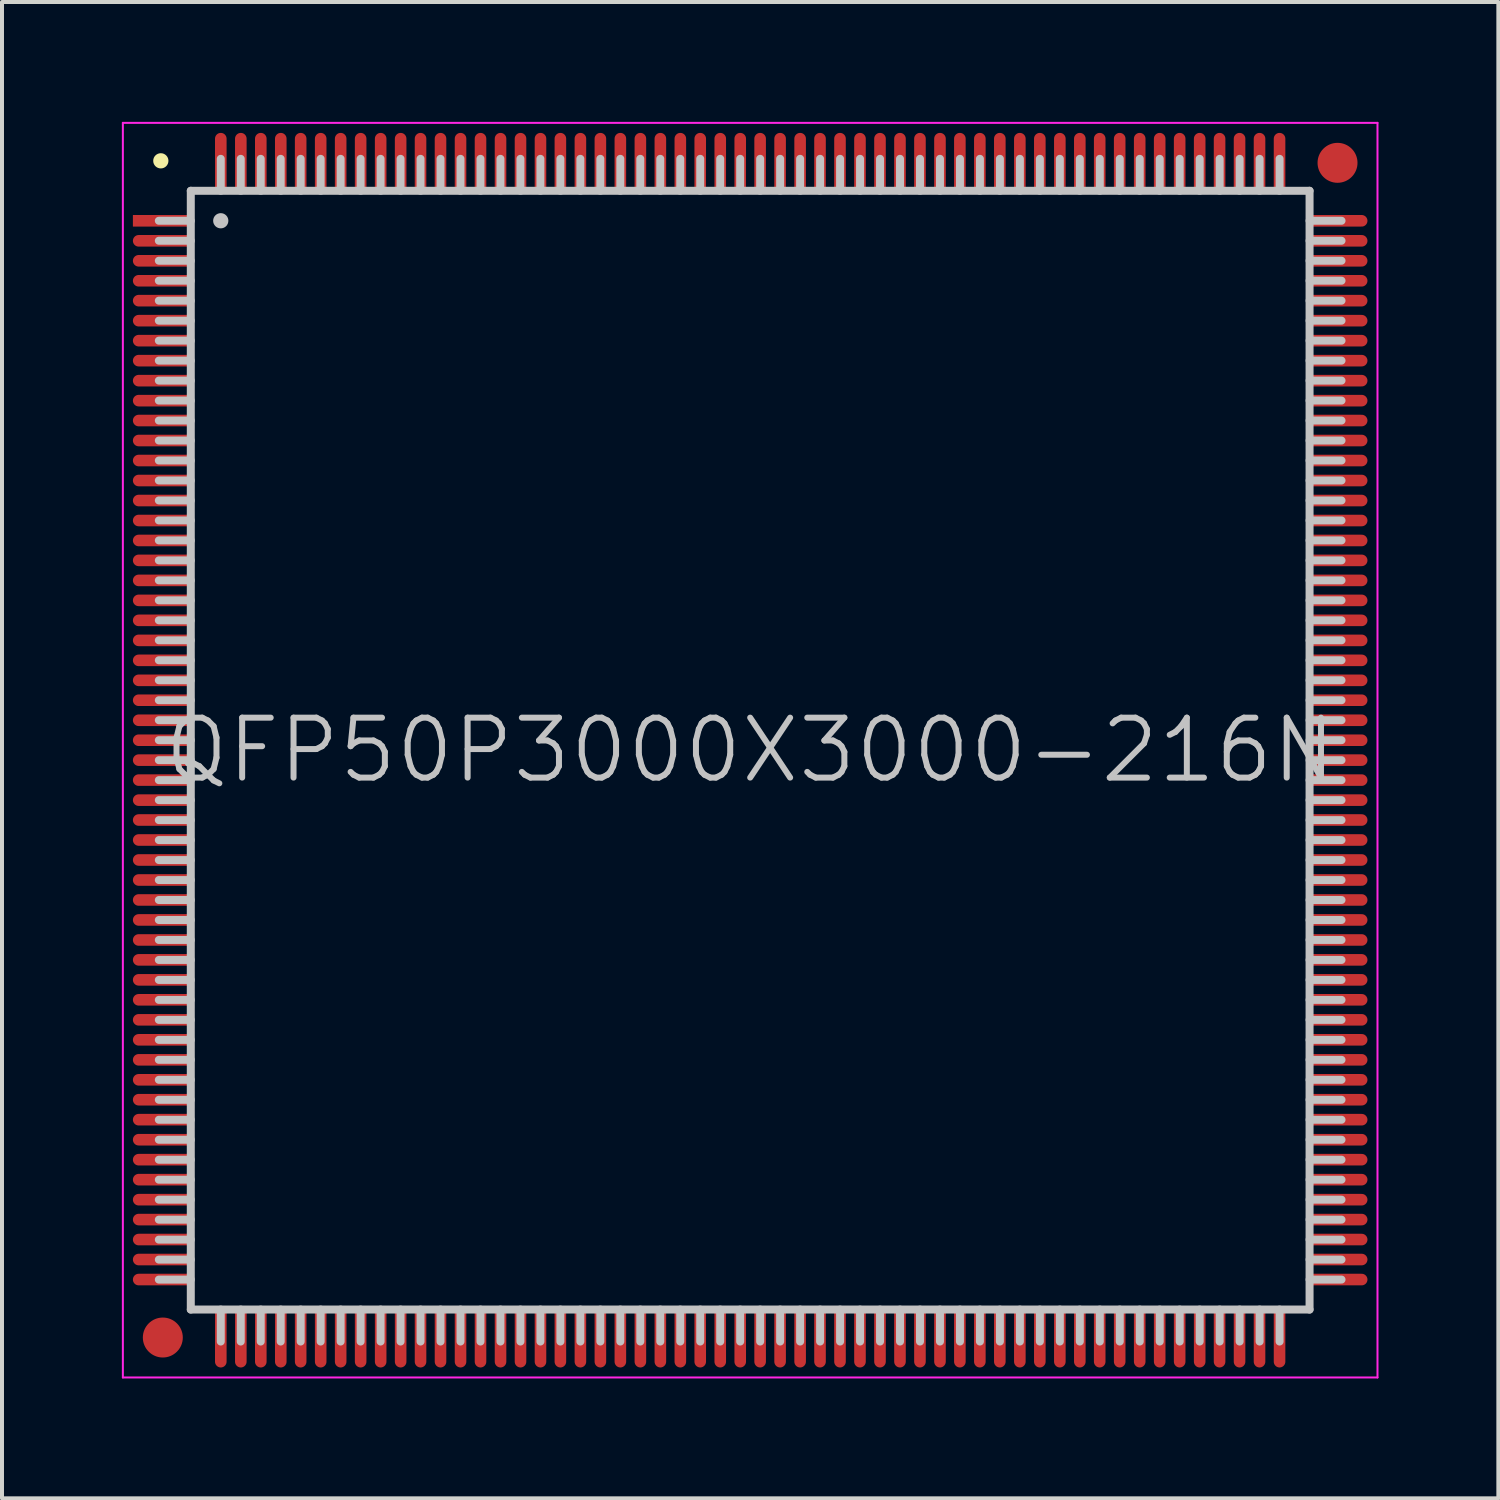
<source format=kicad_pcb>
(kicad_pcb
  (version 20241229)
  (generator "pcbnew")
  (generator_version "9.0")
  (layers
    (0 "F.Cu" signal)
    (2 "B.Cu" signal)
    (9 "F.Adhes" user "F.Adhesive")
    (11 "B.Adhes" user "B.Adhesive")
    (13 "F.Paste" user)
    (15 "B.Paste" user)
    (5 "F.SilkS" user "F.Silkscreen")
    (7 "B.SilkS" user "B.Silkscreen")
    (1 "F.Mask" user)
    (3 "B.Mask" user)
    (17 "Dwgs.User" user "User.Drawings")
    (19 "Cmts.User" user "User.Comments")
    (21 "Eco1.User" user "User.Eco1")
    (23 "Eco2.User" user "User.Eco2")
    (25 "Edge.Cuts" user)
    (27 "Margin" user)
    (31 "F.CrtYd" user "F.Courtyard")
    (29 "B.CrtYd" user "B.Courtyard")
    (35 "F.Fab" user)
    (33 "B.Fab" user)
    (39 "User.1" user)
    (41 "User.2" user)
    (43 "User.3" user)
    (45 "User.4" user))
  (footprint "QFP50P3000X3000-216N"
    (layer "F.Cu")
    (at 15.725 15.725)
    (property "Reference" "QFP50P3000X3000-216N" (at 0 0 0) (layer "Dwgs.User") (effects (font (size 1.5 1.5) (thickness 0.15))))
    (attr smd)
    (fp_line (start -14.75 -14.75) (end -14.75 -14.75) (stroke (width 0.381) (type solid)) (layer "F.SilkS"))
    (fp_line (start -14 -14) (end -14 14) (stroke (width 0.2) (type solid)) (layer "Dwgs.User"))
    (fp_line (start -14 -14) (end 14 -14) (stroke (width 0.2) (type solid)) (layer "Dwgs.User"))
    (fp_line (start -14 -13.25) (end -14.8 -13.25) (stroke (width 0.2) (type solid)) (layer "Dwgs.User"))
    (fp_line (start -14 -12.75) (end -14.8 -12.75) (stroke (width 0.2) (type solid)) (layer "Dwgs.User"))
    (fp_line (start -14 -12.25) (end -14.8 -12.25) (stroke (width 0.2) (type solid)) (layer "Dwgs.User"))
    (fp_line (start -14 -11.75) (end -14.8 -11.75) (stroke (width 0.2) (type solid)) (layer "Dwgs.User"))
    (fp_line (start -14 -11.25) (end -14.8 -11.25) (stroke (width 0.2) (type solid)) (layer "Dwgs.User"))
    (fp_line (start -14 -10.75) (end -14.8 -10.75) (stroke (width 0.2) (type solid)) (layer "Dwgs.User"))
    (fp_line (start -14 -10.25) (end -14.8 -10.25) (stroke (width 0.2) (type solid)) (layer "Dwgs.User"))
    (fp_line (start -14 -9.75) (end -14.8 -9.75) (stroke (width 0.2) (type solid)) (layer "Dwgs.User"))
    (fp_line (start -14 -9.25) (end -14.8 -9.25) (stroke (width 0.2) (type solid)) (layer "Dwgs.User"))
    (fp_line (start -14 -8.75) (end -14.8 -8.75) (stroke (width 0.2) (type solid)) (layer "Dwgs.User"))
    (fp_line (start -14 -8.25) (end -14.8 -8.25) (stroke (width 0.2) (type solid)) (layer "Dwgs.User"))
    (fp_line (start -14 -7.75) (end -14.8 -7.75) (stroke (width 0.2) (type solid)) (layer "Dwgs.User"))
    (fp_line (start -14 -7.25) (end -14.8 -7.25) (stroke (width 0.2) (type solid)) (layer "Dwgs.User"))
    (fp_line (start -14 -6.75) (end -14.8 -6.75) (stroke (width 0.2) (type solid)) (layer "Dwgs.User"))
    (fp_line (start -14 -6.25) (end -14.8 -6.25) (stroke (width 0.2) (type solid)) (layer "Dwgs.User"))
    (fp_line (start -14 -5.75) (end -14.8 -5.75) (stroke (width 0.2) (type solid)) (layer "Dwgs.User"))
    (fp_line (start -14 -5.25) (end -14.8 -5.25) (stroke (width 0.2) (type solid)) (layer "Dwgs.User"))
    (fp_line (start -14 -4.75) (end -14.8 -4.75) (stroke (width 0.2) (type solid)) (layer "Dwgs.User"))
    (fp_line (start -14 -4.25) (end -14.8 -4.25) (stroke (width 0.2) (type solid)) (layer "Dwgs.User"))
    (fp_line (start -14 -3.75) (end -14.8 -3.75) (stroke (width 0.2) (type solid)) (layer "Dwgs.User"))
    (fp_line (start -14 -3.25) (end -14.8 -3.25) (stroke (width 0.2) (type solid)) (layer "Dwgs.User"))
    (fp_line (start -14 -2.75) (end -14.8 -2.75) (stroke (width 0.2) (type solid)) (layer "Dwgs.User"))
    (fp_line (start -14 -2.25) (end -14.8 -2.25) (stroke (width 0.2) (type solid)) (layer "Dwgs.User"))
    (fp_line (start -14 -1.75) (end -14.8 -1.75) (stroke (width 0.2) (type solid)) (layer "Dwgs.User"))
    (fp_line (start -14 -1.25) (end -14.8 -1.25) (stroke (width 0.2) (type solid)) (layer "Dwgs.User"))
    (fp_line (start -14 -0.75) (end -14.8 -0.75) (stroke (width 0.2) (type solid)) (layer "Dwgs.User"))
    (fp_line (start -14 -0.25) (end -14.8 -0.25) (stroke (width 0.2) (type solid)) (layer "Dwgs.User"))
    (fp_line (start -14 0.25) (end -14.8 0.25) (stroke (width 0.2) (type solid)) (layer "Dwgs.User"))
    (fp_line (start -14 0.75) (end -14.8 0.75) (stroke (width 0.2) (type solid)) (layer "Dwgs.User"))
    (fp_line (start -14 1.25) (end -14.8 1.25) (stroke (width 0.2) (type solid)) (layer "Dwgs.User"))
    (fp_line (start -14 1.75) (end -14.8 1.75) (stroke (width 0.2) (type solid)) (layer "Dwgs.User"))
    (fp_line (start -14 2.25) (end -14.8 2.25) (stroke (width 0.2) (type solid)) (layer "Dwgs.User"))
    (fp_line (start -14 2.75) (end -14.8 2.75) (stroke (width 0.2) (type solid)) (layer "Dwgs.User"))
    (fp_line (start -14 3.25) (end -14.8 3.25) (stroke (width 0.2) (type solid)) (layer "Dwgs.User"))
    (fp_line (start -14 3.75) (end -14.8 3.75) (stroke (width 0.2) (type solid)) (layer "Dwgs.User"))
    (fp_line (start -14 4.25) (end -14.8 4.25) (stroke (width 0.2) (type solid)) (layer "Dwgs.User"))
    (fp_line (start -14 4.75) (end -14.8 4.75) (stroke (width 0.2) (type solid)) (layer "Dwgs.User"))
    (fp_line (start -14 5.25) (end -14.8 5.25) (stroke (width 0.2) (type solid)) (layer "Dwgs.User"))
    (fp_line (start -14 5.75) (end -14.8 5.75) (stroke (width 0.2) (type solid)) (layer "Dwgs.User"))
    (fp_line (start -14 6.25) (end -14.8 6.25) (stroke (width 0.2) (type solid)) (layer "Dwgs.User"))
    (fp_line (start -14 6.75) (end -14.8 6.75) (stroke (width 0.2) (type solid)) (layer "Dwgs.User"))
    (fp_line (start -14 7.25) (end -14.8 7.25) (stroke (width 0.2) (type solid)) (layer "Dwgs.User"))
    (fp_line (start -14 7.75) (end -14.8 7.75) (stroke (width 0.2) (type solid)) (layer "Dwgs.User"))
    (fp_line (start -14 8.25) (end -14.8 8.25) (stroke (width 0.2) (type solid)) (layer "Dwgs.User"))
    (fp_line (start -14 8.75) (end -14.8 8.75) (stroke (width 0.2) (type solid)) (layer "Dwgs.User"))
    (fp_line (start -14 9.25) (end -14.8 9.25) (stroke (width 0.2) (type solid)) (layer "Dwgs.User"))
    (fp_line (start -14 9.75) (end -14.8 9.75) (stroke (width 0.2) (type solid)) (layer "Dwgs.User"))
    (fp_line (start -14 10.25) (end -14.8 10.25) (stroke (width 0.2) (type solid)) (layer "Dwgs.User"))
    (fp_line (start -14 10.75) (end -14.8 10.75) (stroke (width 0.2) (type solid)) (layer "Dwgs.User"))
    (fp_line (start -14 11.25) (end -14.8 11.25) (stroke (width 0.2) (type solid)) (layer "Dwgs.User"))
    (fp_line (start -14 11.75) (end -14.8 11.75) (stroke (width 0.2) (type solid)) (layer "Dwgs.User"))
    (fp_line (start -14 12.25) (end -14.8 12.25) (stroke (width 0.2) (type solid)) (layer "Dwgs.User"))
    (fp_line (start -14 12.75) (end -14.8 12.75) (stroke (width 0.2) (type solid)) (layer "Dwgs.User"))
    (fp_line (start -14 13.25) (end -14.8 13.25) (stroke (width 0.2) (type solid)) (layer "Dwgs.User"))
    (fp_line (start -14 14) (end 14 14) (stroke (width 0.2) (type solid)) (layer "Dwgs.User"))
    (fp_line (start -13.25 -14) (end -13.25 -14.8) (stroke (width 0.2) (type solid)) (layer "Dwgs.User"))
    (fp_line (start -13.25 -13.25) (end -13.25 -13.25) (stroke (width 0.381) (type solid)) (layer "Dwgs.User"))
    (fp_line (start -13.25 14.8) (end -13.25 14) (stroke (width 0.2) (type solid)) (layer "Dwgs.User"))
    (fp_line (start -12.75 -14) (end -12.75 -14.8) (stroke (width 0.2) (type solid)) (layer "Dwgs.User"))
    (fp_line (start -12.75 14.8) (end -12.75 14) (stroke (width 0.2) (type solid)) (layer "Dwgs.User"))
    (fp_line (start -12.25 -14) (end -12.25 -14.8) (stroke (width 0.2) (type solid)) (layer "Dwgs.User"))
    (fp_line (start -12.25 14.8) (end -12.25 14) (stroke (width 0.2) (type solid)) (layer "Dwgs.User"))
    (fp_line (start -11.75 -14) (end -11.75 -14.8) (stroke (width 0.2) (type solid)) (layer "Dwgs.User"))
    (fp_line (start -11.75 14.8) (end -11.75 14) (stroke (width 0.2) (type solid)) (layer "Dwgs.User"))
    (fp_line (start -11.25 -14) (end -11.25 -14.8) (stroke (width 0.2) (type solid)) (layer "Dwgs.User"))
    (fp_line (start -11.25 14.8) (end -11.25 14) (stroke (width 0.2) (type solid)) (layer "Dwgs.User"))
    (fp_line (start -10.75 -14) (end -10.75 -14.8) (stroke (width 0.2) (type solid)) (layer "Dwgs.User"))
    (fp_line (start -10.75 14.8) (end -10.75 14) (stroke (width 0.2) (type solid)) (layer "Dwgs.User"))
    (fp_line (start -10.25 -14) (end -10.25 -14.8) (stroke (width 0.2) (type solid)) (layer "Dwgs.User"))
    (fp_line (start -10.25 14.8) (end -10.25 14) (stroke (width 0.2) (type solid)) (layer "Dwgs.User"))
    (fp_line (start -9.75 -14) (end -9.75 -14.8) (stroke (width 0.2) (type solid)) (layer "Dwgs.User"))
    (fp_line (start -9.75 14.8) (end -9.75 14) (stroke (width 0.2) (type solid)) (layer "Dwgs.User"))
    (fp_line (start -9.25 -14) (end -9.25 -14.8) (stroke (width 0.2) (type solid)) (layer "Dwgs.User"))
    (fp_line (start -9.25 14.8) (end -9.25 14) (stroke (width 0.2) (type solid)) (layer "Dwgs.User"))
    (fp_line (start -8.75 -14) (end -8.75 -14.8) (stroke (width 0.2) (type solid)) (layer "Dwgs.User"))
    (fp_line (start -8.75 14.8) (end -8.75 14) (stroke (width 0.2) (type solid)) (layer "Dwgs.User"))
    (fp_line (start -8.25 -14) (end -8.25 -14.8) (stroke (width 0.2) (type solid)) (layer "Dwgs.User"))
    (fp_line (start -8.25 14.8) (end -8.25 14) (stroke (width 0.2) (type solid)) (layer "Dwgs.User"))
    (fp_line (start -7.75 -14) (end -7.75 -14.8) (stroke (width 0.2) (type solid)) (layer "Dwgs.User"))
    (fp_line (start -7.75 14.8) (end -7.75 14) (stroke (width 0.2) (type solid)) (layer "Dwgs.User"))
    (fp_line (start -7.25 -14) (end -7.25 -14.8) (stroke (width 0.2) (type solid)) (layer "Dwgs.User"))
    (fp_line (start -7.25 14.8) (end -7.25 14) (stroke (width 0.2) (type solid)) (layer "Dwgs.User"))
    (fp_line (start -6.75 -14) (end -6.75 -14.8) (stroke (width 0.2) (type solid)) (layer "Dwgs.User"))
    (fp_line (start -6.75 14.8) (end -6.75 14) (stroke (width 0.2) (type solid)) (layer "Dwgs.User"))
    (fp_line (start -6.25 -14) (end -6.25 -14.8) (stroke (width 0.2) (type solid)) (layer "Dwgs.User"))
    (fp_line (start -6.25 14.8) (end -6.25 14) (stroke (width 0.2) (type solid)) (layer "Dwgs.User"))
    (fp_line (start -5.75 -14) (end -5.75 -14.8) (stroke (width 0.2) (type solid)) (layer "Dwgs.User"))
    (fp_line (start -5.75 14.8) (end -5.75 14) (stroke (width 0.2) (type solid)) (layer "Dwgs.User"))
    (fp_line (start -5.25 -14) (end -5.25 -14.8) (stroke (width 0.2) (type solid)) (layer "Dwgs.User"))
    (fp_line (start -5.25 14.8) (end -5.25 14) (stroke (width 0.2) (type solid)) (layer "Dwgs.User"))
    (fp_line (start -4.75 -14) (end -4.75 -14.8) (stroke (width 0.2) (type solid)) (layer "Dwgs.User"))
    (fp_line (start -4.75 14.8) (end -4.75 14) (stroke (width 0.2) (type solid)) (layer "Dwgs.User"))
    (fp_line (start -4.25 -14) (end -4.25 -14.8) (stroke (width 0.2) (type solid)) (layer "Dwgs.User"))
    (fp_line (start -4.25 14.8) (end -4.25 14) (stroke (width 0.2) (type solid)) (layer "Dwgs.User"))
    (fp_line (start -3.75 -14) (end -3.75 -14.8) (stroke (width 0.2) (type solid)) (layer "Dwgs.User"))
    (fp_line (start -3.75 14.8) (end -3.75 14) (stroke (width 0.2) (type solid)) (layer "Dwgs.User"))
    (fp_line (start -3.25 -14) (end -3.25 -14.8) (stroke (width 0.2) (type solid)) (layer "Dwgs.User"))
    (fp_line (start -3.25 14.8) (end -3.25 14) (stroke (width 0.2) (type solid)) (layer "Dwgs.User"))
    (fp_line (start -2.75 -14) (end -2.75 -14.8) (stroke (width 0.2) (type solid)) (layer "Dwgs.User"))
    (fp_line (start -2.75 14.8) (end -2.75 14) (stroke (width 0.2) (type solid)) (layer "Dwgs.User"))
    (fp_line (start -2.25 -14) (end -2.25 -14.8) (stroke (width 0.2) (type solid)) (layer "Dwgs.User"))
    (fp_line (start -2.25 14.8) (end -2.25 14) (stroke (width 0.2) (type solid)) (layer "Dwgs.User"))
    (fp_line (start -1.75 -14) (end -1.75 -14.8) (stroke (width 0.2) (type solid)) (layer "Dwgs.User"))
    (fp_line (start -1.75 14.8) (end -1.75 14) (stroke (width 0.2) (type solid)) (layer "Dwgs.User"))
    (fp_line (start -1.25 -14) (end -1.25 -14.8) (stroke (width 0.2) (type solid)) (layer "Dwgs.User"))
    (fp_line (start -1.25 14.8) (end -1.25 14) (stroke (width 0.2) (type solid)) (layer "Dwgs.User"))
    (fp_line (start -0.75 -14) (end -0.75 -14.8) (stroke (width 0.2) (type solid)) (layer "Dwgs.User"))
    (fp_line (start -0.75 14.8) (end -0.75 14) (stroke (width 0.2) (type solid)) (layer "Dwgs.User"))
    (fp_line (start -0.25 -14) (end -0.25 -14.8) (stroke (width 0.2) (type solid)) (layer "Dwgs.User"))
    (fp_line (start -0.25 14.8) (end -0.25 14) (stroke (width 0.2) (type solid)) (layer "Dwgs.User"))
    (fp_line (start 0.25 -14) (end 0.25 -14.8) (stroke (width 0.2) (type solid)) (layer "Dwgs.User"))
    (fp_line (start 0.25 14.8) (end 0.25 14) (stroke (width 0.2) (type solid)) (layer "Dwgs.User"))
    (fp_line (start 0.75 -14) (end 0.75 -14.8) (stroke (width 0.2) (type solid)) (layer "Dwgs.User"))
    (fp_line (start 0.75 14.8) (end 0.75 14) (stroke (width 0.2) (type solid)) (layer "Dwgs.User"))
    (fp_line (start 1.25 -14) (end 1.25 -14.8) (stroke (width 0.2) (type solid)) (layer "Dwgs.User"))
    (fp_line (start 1.25 14.8) (end 1.25 14) (stroke (width 0.2) (type solid)) (layer "Dwgs.User"))
    (fp_line (start 1.75 -14) (end 1.75 -14.8) (stroke (width 0.2) (type solid)) (layer "Dwgs.User"))
    (fp_line (start 1.75 14.8) (end 1.75 14) (stroke (width 0.2) (type solid)) (layer "Dwgs.User"))
    (fp_line (start 2.25 -14) (end 2.25 -14.8) (stroke (width 0.2) (type solid)) (layer "Dwgs.User"))
    (fp_line (start 2.25 14.8) (end 2.25 14) (stroke (width 0.2) (type solid)) (layer "Dwgs.User"))
    (fp_line (start 2.75 -14) (end 2.75 -14.8) (stroke (width 0.2) (type solid)) (layer "Dwgs.User"))
    (fp_line (start 2.75 14.8) (end 2.75 14) (stroke (width 0.2) (type solid)) (layer "Dwgs.User"))
    (fp_line (start 3.25 -14) (end 3.25 -14.8) (stroke (width 0.2) (type solid)) (layer "Dwgs.User"))
    (fp_line (start 3.25 14.8) (end 3.25 14) (stroke (width 0.2) (type solid)) (layer "Dwgs.User"))
    (fp_line (start 3.75 -14) (end 3.75 -14.8) (stroke (width 0.2) (type solid)) (layer "Dwgs.User"))
    (fp_line (start 3.75 14.8) (end 3.75 14) (stroke (width 0.2) (type solid)) (layer "Dwgs.User"))
    (fp_line (start 4.25 -14) (end 4.25 -14.8) (stroke (width 0.2) (type solid)) (layer "Dwgs.User"))
    (fp_line (start 4.25 14.8) (end 4.25 14) (stroke (width 0.2) (type solid)) (layer "Dwgs.User"))
    (fp_line (start 4.75 -14) (end 4.75 -14.8) (stroke (width 0.2) (type solid)) (layer "Dwgs.User"))
    (fp_line (start 4.75 14.8) (end 4.75 14) (stroke (width 0.2) (type solid)) (layer "Dwgs.User"))
    (fp_line (start 5.25 -14) (end 5.25 -14.8) (stroke (width 0.2) (type solid)) (layer "Dwgs.User"))
    (fp_line (start 5.25 14.8) (end 5.25 14) (stroke (width 0.2) (type solid)) (layer "Dwgs.User"))
    (fp_line (start 5.75 -14) (end 5.75 -14.8) (stroke (width 0.2) (type solid)) (layer "Dwgs.User"))
    (fp_line (start 5.75 14.8) (end 5.75 14) (stroke (width 0.2) (type solid)) (layer "Dwgs.User"))
    (fp_line (start 6.25 -14) (end 6.25 -14.8) (stroke (width 0.2) (type solid)) (layer "Dwgs.User"))
    (fp_line (start 6.25 14.8) (end 6.25 14) (stroke (width 0.2) (type solid)) (layer "Dwgs.User"))
    (fp_line (start 6.75 -14) (end 6.75 -14.8) (stroke (width 0.2) (type solid)) (layer "Dwgs.User"))
    (fp_line (start 6.75 14.8) (end 6.75 14) (stroke (width 0.2) (type solid)) (layer "Dwgs.User"))
    (fp_line (start 7.25 -14) (end 7.25 -14.8) (stroke (width 0.2) (type solid)) (layer "Dwgs.User"))
    (fp_line (start 7.25 14.8) (end 7.25 14) (stroke (width 0.2) (type solid)) (layer "Dwgs.User"))
    (fp_line (start 7.75 -14) (end 7.75 -14.8) (stroke (width 0.2) (type solid)) (layer "Dwgs.User"))
    (fp_line (start 7.75 14.8) (end 7.75 14) (stroke (width 0.2) (type solid)) (layer "Dwgs.User"))
    (fp_line (start 8.25 -14) (end 8.25 -14.8) (stroke (width 0.2) (type solid)) (layer "Dwgs.User"))
    (fp_line (start 8.25 14.8) (end 8.25 14) (stroke (width 0.2) (type solid)) (layer "Dwgs.User"))
    (fp_line (start 8.75 -14) (end 8.75 -14.8) (stroke (width 0.2) (type solid)) (layer "Dwgs.User"))
    (fp_line (start 8.75 14.8) (end 8.75 14) (stroke (width 0.2) (type solid)) (layer "Dwgs.User"))
    (fp_line (start 9.25 -14) (end 9.25 -14.8) (stroke (width 0.2) (type solid)) (layer "Dwgs.User"))
    (fp_line (start 9.25 14.8) (end 9.25 14) (stroke (width 0.2) (type solid)) (layer "Dwgs.User"))
    (fp_line (start 9.75 -14) (end 9.75 -14.8) (stroke (width 0.2) (type solid)) (layer "Dwgs.User"))
    (fp_line (start 9.75 14.8) (end 9.75 14) (stroke (width 0.2) (type solid)) (layer "Dwgs.User"))
    (fp_line (start 10.25 -14) (end 10.25 -14.8) (stroke (width 0.2) (type solid)) (layer "Dwgs.User"))
    (fp_line (start 10.25 14.8) (end 10.25 14) (stroke (width 0.2) (type solid)) (layer "Dwgs.User"))
    (fp_line (start 10.75 -14) (end 10.75 -14.8) (stroke (width 0.2) (type solid)) (layer "Dwgs.User"))
    (fp_line (start 10.75 14.8) (end 10.75 14) (stroke (width 0.2) (type solid)) (layer "Dwgs.User"))
    (fp_line (start 11.25 -14) (end 11.25 -14.8) (stroke (width 0.2) (type solid)) (layer "Dwgs.User"))
    (fp_line (start 11.25 14.8) (end 11.25 14) (stroke (width 0.2) (type solid)) (layer "Dwgs.User"))
    (fp_line (start 11.75 -14) (end 11.75 -14.8) (stroke (width 0.2) (type solid)) (layer "Dwgs.User"))
    (fp_line (start 11.75 14.8) (end 11.75 14) (stroke (width 0.2) (type solid)) (layer "Dwgs.User"))
    (fp_line (start 12.25 -14) (end 12.25 -14.8) (stroke (width 0.2) (type solid)) (layer "Dwgs.User"))
    (fp_line (start 12.25 14.8) (end 12.25 14) (stroke (width 0.2) (type solid)) (layer "Dwgs.User"))
    (fp_line (start 12.75 -14) (end 12.75 -14.8) (stroke (width 0.2) (type solid)) (layer "Dwgs.User"))
    (fp_line (start 12.75 14.8) (end 12.75 14) (stroke (width 0.2) (type solid)) (layer "Dwgs.User"))
    (fp_line (start 13.25 -14) (end 13.25 -14.8) (stroke (width 0.2) (type solid)) (layer "Dwgs.User"))
    (fp_line (start 13.25 14.8) (end 13.25 14) (stroke (width 0.2) (type solid)) (layer "Dwgs.User"))
    (fp_line (start 14 -14) (end 14 14) (stroke (width 0.2) (type solid)) (layer "Dwgs.User"))
    (fp_line (start 14.8 -13.25) (end 14 -13.25) (stroke (width 0.2) (type solid)) (layer "Dwgs.User"))
    (fp_line (start 14.8 -12.75) (end 14 -12.75) (stroke (width 0.2) (type solid)) (layer "Dwgs.User"))
    (fp_line (start 14.8 -12.25) (end 14 -12.25) (stroke (width 0.2) (type solid)) (layer "Dwgs.User"))
    (fp_line (start 14.8 -11.75) (end 14 -11.75) (stroke (width 0.2) (type solid)) (layer "Dwgs.User"))
    (fp_line (start 14.8 -11.25) (end 14 -11.25) (stroke (width 0.2) (type solid)) (layer "Dwgs.User"))
    (fp_line (start 14.8 -10.75) (end 14 -10.75) (stroke (width 0.2) (type solid)) (layer "Dwgs.User"))
    (fp_line (start 14.8 -10.25) (end 14 -10.25) (stroke (width 0.2) (type solid)) (layer "Dwgs.User"))
    (fp_line (start 14.8 -9.75) (end 14 -9.75) (stroke (width 0.2) (type solid)) (layer "Dwgs.User"))
    (fp_line (start 14.8 -9.25) (end 14 -9.25) (stroke (width 0.2) (type solid)) (layer "Dwgs.User"))
    (fp_line (start 14.8 -8.75) (end 14 -8.75) (stroke (width 0.2) (type solid)) (layer "Dwgs.User"))
    (fp_line (start 14.8 -8.25) (end 14 -8.25) (stroke (width 0.2) (type solid)) (layer "Dwgs.User"))
    (fp_line (start 14.8 -7.75) (end 14 -7.75) (stroke (width 0.2) (type solid)) (layer "Dwgs.User"))
    (fp_line (start 14.8 -7.25) (end 14 -7.25) (stroke (width 0.2) (type solid)) (layer "Dwgs.User"))
    (fp_line (start 14.8 -6.75) (end 14 -6.75) (stroke (width 0.2) (type solid)) (layer "Dwgs.User"))
    (fp_line (start 14.8 -6.25) (end 14 -6.25) (stroke (width 0.2) (type solid)) (layer "Dwgs.User"))
    (fp_line (start 14.8 -5.75) (end 14 -5.75) (stroke (width 0.2) (type solid)) (layer "Dwgs.User"))
    (fp_line (start 14.8 -5.25) (end 14 -5.25) (stroke (width 0.2) (type solid)) (layer "Dwgs.User"))
    (fp_line (start 14.8 -4.75) (end 14 -4.75) (stroke (width 0.2) (type solid)) (layer "Dwgs.User"))
    (fp_line (start 14.8 -4.25) (end 14 -4.25) (stroke (width 0.2) (type solid)) (layer "Dwgs.User"))
    (fp_line (start 14.8 -3.75) (end 14 -3.75) (stroke (width 0.2) (type solid)) (layer "Dwgs.User"))
    (fp_line (start 14.8 -3.25) (end 14 -3.25) (stroke (width 0.2) (type solid)) (layer "Dwgs.User"))
    (fp_line (start 14.8 -2.75) (end 14 -2.75) (stroke (width 0.2) (type solid)) (layer "Dwgs.User"))
    (fp_line (start 14.8 -2.25) (end 14 -2.25) (stroke (width 0.2) (type solid)) (layer "Dwgs.User"))
    (fp_line (start 14.8 -1.75) (end 14 -1.75) (stroke (width 0.2) (type solid)) (layer "Dwgs.User"))
    (fp_line (start 14.8 -1.25) (end 14 -1.25) (stroke (width 0.2) (type solid)) (layer "Dwgs.User"))
    (fp_line (start 14.8 -0.75) (end 14 -0.75) (stroke (width 0.2) (type solid)) (layer "Dwgs.User"))
    (fp_line (start 14.8 -0.25) (end 14 -0.25) (stroke (width 0.2) (type solid)) (layer "Dwgs.User"))
    (fp_line (start 14.8 0.25) (end 14 0.25) (stroke (width 0.2) (type solid)) (layer "Dwgs.User"))
    (fp_line (start 14.8 0.75) (end 14 0.75) (stroke (width 0.2) (type solid)) (layer "Dwgs.User"))
    (fp_line (start 14.8 1.25) (end 14 1.25) (stroke (width 0.2) (type solid)) (layer "Dwgs.User"))
    (fp_line (start 14.8 1.75) (end 14 1.75) (stroke (width 0.2) (type solid)) (layer "Dwgs.User"))
    (fp_line (start 14.8 2.25) (end 14 2.25) (stroke (width 0.2) (type solid)) (layer "Dwgs.User"))
    (fp_line (start 14.8 2.75) (end 14 2.75) (stroke (width 0.2) (type solid)) (layer "Dwgs.User"))
    (fp_line (start 14.8 3.25) (end 14 3.25) (stroke (width 0.2) (type solid)) (layer "Dwgs.User"))
    (fp_line (start 14.8 3.75) (end 14 3.75) (stroke (width 0.2) (type solid)) (layer "Dwgs.User"))
    (fp_line (start 14.8 4.25) (end 14 4.25) (stroke (width 0.2) (type solid)) (layer "Dwgs.User"))
    (fp_line (start 14.8 4.75) (end 14 4.75) (stroke (width 0.2) (type solid)) (layer "Dwgs.User"))
    (fp_line (start 14.8 5.25) (end 14 5.25) (stroke (width 0.2) (type solid)) (layer "Dwgs.User"))
    (fp_line (start 14.8 5.75) (end 14 5.75) (stroke (width 0.2) (type solid)) (layer "Dwgs.User"))
    (fp_line (start 14.8 6.25) (end 14 6.25) (stroke (width 0.2) (type solid)) (layer "Dwgs.User"))
    (fp_line (start 14.8 6.75) (end 14 6.75) (stroke (width 0.2) (type solid)) (layer "Dwgs.User"))
    (fp_line (start 14.8 7.25) (end 14 7.25) (stroke (width 0.2) (type solid)) (layer "Dwgs.User"))
    (fp_line (start 14.8 7.75) (end 14 7.75) (stroke (width 0.2) (type solid)) (layer "Dwgs.User"))
    (fp_line (start 14.8 8.25) (end 14 8.25) (stroke (width 0.2) (type solid)) (layer "Dwgs.User"))
    (fp_line (start 14.8 8.75) (end 14 8.75) (stroke (width 0.2) (type solid)) (layer "Dwgs.User"))
    (fp_line (start 14.8 9.25) (end 14 9.25) (stroke (width 0.2) (type solid)) (layer "Dwgs.User"))
    (fp_line (start 14.8 9.75) (end 14 9.75) (stroke (width 0.2) (type solid)) (layer "Dwgs.User"))
    (fp_line (start 14.8 10.25) (end 14 10.25) (stroke (width 0.2) (type solid)) (layer "Dwgs.User"))
    (fp_line (start 14.8 10.75) (end 14 10.75) (stroke (width 0.2) (type solid)) (layer "Dwgs.User"))
    (fp_line (start 14.8 11.25) (end 14 11.25) (stroke (width 0.2) (type solid)) (layer "Dwgs.User"))
    (fp_line (start 14.8 11.75) (end 14 11.75) (stroke (width 0.2) (type solid)) (layer "Dwgs.User"))
    (fp_line (start 14.8 12.25) (end 14 12.25) (stroke (width 0.2) (type solid)) (layer "Dwgs.User"))
    (fp_line (start 14.8 12.75) (end 14 12.75) (stroke (width 0.2) (type solid)) (layer "Dwgs.User"))
    (fp_line (start 14.8 13.25) (end 14 13.25) (stroke (width 0.2) (type solid)) (layer "Dwgs.User"))
    (fp_line (start -15.7 -15.7) (end -15.7 15.7) (stroke (width 0.05) (type solid)) (layer "F.CrtYd"))
    (fp_line (start -15.7 -15.7) (end 15.7 -15.7) (stroke (width 0.05) (type solid)) (layer "F.CrtYd"))
    (fp_line (start -15.7 15.7) (end 15.7 15.7) (stroke (width 0.05) (type solid)) (layer "F.CrtYd"))
    (fp_line (start 15.7 -15.7) (end 15.7 15.7) (stroke (width 0.05) (type solid)) (layer "F.CrtYd"))
    (pad "" smd circle (at -14.7 14.7) (size 1 1) (layers "F.Cu" "F.Mask"))
    (pad "" smd circle (at 14.7 -14.7) (size 1 1) (layers "F.Cu" "F.Mask"))
    (pad "1" smd rect (at -14.699 -13.249 90) (size 0.29 1.5) (layers "F.Cu" "F.Mask" "F.Paste"))
    (pad "2" smd oval (at -14.699 -12.748 90) (size 0.29 1.5) (layers "F.Cu" "F.Mask" "F.Paste"))
    (pad "3" smd oval (at -14.699 -12.248 90) (size 0.29 1.5) (layers "F.Cu" "F.Mask" "F.Paste"))
    (pad "4" smd oval (at -14.699 -11.748 90) (size 0.29 1.5) (layers "F.Cu" "F.Mask" "F.Paste"))
    (pad "5" smd oval (at -14.699 -11.25 90) (size 0.29 1.5) (layers "F.Cu" "F.Mask" "F.Paste"))
    (pad "6" smd oval (at -14.699 -10.749 90) (size 0.29 1.5) (layers "F.Cu" "F.Mask" "F.Paste"))
    (pad "7" smd oval (at -14.699 -10.249 90) (size 0.29 1.5) (layers "F.Cu" "F.Mask" "F.Paste"))
    (pad "8" smd oval (at -14.699 -9.749 90) (size 0.29 1.5) (layers "F.Cu" "F.Mask" "F.Paste"))
    (pad "9" smd oval (at -14.699 -9.248 90) (size 0.29 1.5) (layers "F.Cu" "F.Mask" "F.Paste"))
    (pad "10" smd oval (at -14.699 -8.748 90) (size 0.29 1.5) (layers "F.Cu" "F.Mask" "F.Paste"))
    (pad "11" smd oval (at -14.699 -8.25 90) (size 0.29 1.5) (layers "F.Cu" "F.Mask" "F.Paste"))
    (pad "12" smd oval (at -14.699 -7.75 90) (size 0.29 1.5) (layers "F.Cu" "F.Mask" "F.Paste"))
    (pad "13" smd oval (at -14.699 -7.249 90) (size 0.29 1.5) (layers "F.Cu" "F.Mask" "F.Paste"))
    (pad "14" smd oval (at -14.699 -6.749 90) (size 0.29 1.5) (layers "F.Cu" "F.Mask" "F.Paste"))
    (pad "15" smd oval (at -14.699 -6.248 90) (size 0.29 1.5) (layers "F.Cu" "F.Mask" "F.Paste"))
    (pad "16" smd oval (at -14.699 -5.748 90) (size 0.29 1.5) (layers "F.Cu" "F.Mask" "F.Paste"))
    (pad "17" smd oval (at -14.699 -5.248 90) (size 0.29 1.5) (layers "F.Cu" "F.Mask" "F.Paste"))
    (pad "18" smd oval (at -14.699 -4.75 90) (size 0.29 1.5) (layers "F.Cu" "F.Mask" "F.Paste"))
    (pad "19" smd oval (at -14.699 -4.249 90) (size 0.29 1.5) (layers "F.Cu" "F.Mask" "F.Paste"))
    (pad "20" smd oval (at -14.699 -3.749 90) (size 0.29 1.5) (layers "F.Cu" "F.Mask" "F.Paste"))
    (pad "21" smd oval (at -14.699 -3.249 90) (size 0.29 1.5) (layers "F.Cu" "F.Mask" "F.Paste"))
    (pad "22" smd oval (at -14.699 -2.748 90) (size 0.29 1.5) (layers "F.Cu" "F.Mask" "F.Paste"))
    (pad "23" smd oval (at -14.699 -2.248 90) (size 0.29 1.5) (layers "F.Cu" "F.Mask" "F.Paste"))
    (pad "24" smd oval (at -14.699 -1.748 90) (size 0.29 1.5) (layers "F.Cu" "F.Mask" "F.Paste"))
    (pad "25" smd oval (at -14.699 -1.25 90) (size 0.29 1.5) (layers "F.Cu" "F.Mask" "F.Paste"))
    (pad "26" smd oval (at -14.699 -0.749 90) (size 0.29 1.5) (layers "F.Cu" "F.Mask" "F.Paste"))
    (pad "27" smd oval (at -14.699 -0.249 90) (size 0.29 1.5) (layers "F.Cu" "F.Mask" "F.Paste"))
    (pad "28" smd oval (at -14.699 0.249 90) (size 0.29 1.5) (layers "F.Cu" "F.Mask" "F.Paste"))
    (pad "29" smd oval (at -14.699 0.749 90) (size 0.29 1.5) (layers "F.Cu" "F.Mask" "F.Paste"))
    (pad "30" smd oval (at -14.699 1.25 90) (size 0.29 1.5) (layers "F.Cu" "F.Mask" "F.Paste"))
    (pad "31" smd oval (at -14.699 1.748 90) (size 0.29 1.5) (layers "F.Cu" "F.Mask" "F.Paste"))
    (pad "32" smd oval (at -14.699 2.248 90) (size 0.29 1.5) (layers "F.Cu" "F.Mask" "F.Paste"))
    (pad "33" smd oval (at -14.699 2.748 90) (size 0.29 1.5) (layers "F.Cu" "F.Mask" "F.Paste"))
    (pad "34" smd oval (at -14.699 3.249 90) (size 0.29 1.5) (layers "F.Cu" "F.Mask" "F.Paste"))
    (pad "35" smd oval (at -14.699 3.749 90) (size 0.29 1.5) (layers "F.Cu" "F.Mask" "F.Paste"))
    (pad "36" smd oval (at -14.699 4.249 90) (size 0.29 1.5) (layers "F.Cu" "F.Mask" "F.Paste"))
    (pad "37" smd oval (at -14.699 4.75 90) (size 0.29 1.5) (layers "F.Cu" "F.Mask" "F.Paste"))
    (pad "38" smd oval (at -14.699 5.248 90) (size 0.29 1.5) (layers "F.Cu" "F.Mask" "F.Paste"))
    (pad "39" smd oval (at -14.699 5.748 90) (size 0.29 1.5) (layers "F.Cu" "F.Mask" "F.Paste"))
    (pad "40" smd oval (at -14.699 6.248 90) (size 0.29 1.5) (layers "F.Cu" "F.Mask" "F.Paste"))
    (pad "41" smd oval (at -14.699 6.749 90) (size 0.29 1.5) (layers "F.Cu" "F.Mask" "F.Paste"))
    (pad "42" smd oval (at -14.699 7.249 90) (size 0.29 1.5) (layers "F.Cu" "F.Mask" "F.Paste"))
    (pad "43" smd oval (at -14.699 7.75 90) (size 0.29 1.5) (layers "F.Cu" "F.Mask" "F.Paste"))
    (pad "44" smd oval (at -14.699 8.25 90) (size 0.29 1.5) (layers "F.Cu" "F.Mask" "F.Paste"))
    (pad "45" smd oval (at -14.699 8.748 90) (size 0.29 1.5) (layers "F.Cu" "F.Mask" "F.Paste"))
    (pad "46" smd oval (at -14.699 9.248 90) (size 0.29 1.5) (layers "F.Cu" "F.Mask" "F.Paste"))
    (pad "47" smd oval (at -14.699 9.749 90) (size 0.29 1.5) (layers "F.Cu" "F.Mask" "F.Paste"))
    (pad "48" smd oval (at -14.699 10.249 90) (size 0.29 1.5) (layers "F.Cu" "F.Mask" "F.Paste"))
    (pad "49" smd oval (at -14.699 10.749 90) (size 0.29 1.5) (layers "F.Cu" "F.Mask" "F.Paste"))
    (pad "50" smd oval (at -14.699 11.25 90) (size 0.29 1.5) (layers "F.Cu" "F.Mask" "F.Paste"))
    (pad "51" smd oval (at -14.699 11.748 90) (size 0.29 1.5) (layers "F.Cu" "F.Mask" "F.Paste"))
    (pad "52" smd oval (at -14.699 12.248 90) (size 0.29 1.5) (layers "F.Cu" "F.Mask" "F.Paste"))
    (pad "53" smd oval (at -14.699 12.748 90) (size 0.29 1.5) (layers "F.Cu" "F.Mask" "F.Paste"))
    (pad "54" smd oval (at -14.699 13.249 90) (size 0.29 1.5) (layers "F.Cu" "F.Mask" "F.Paste"))
    (pad "55" smd oval (at -13.249 14.699 180) (size 0.29 1.5) (layers "F.Cu" "F.Mask" "F.Paste"))
    (pad "56" smd oval (at -12.748 14.699 180) (size 0.29 1.5) (layers "F.Cu" "F.Mask" "F.Paste"))
    (pad "57" smd oval (at -12.248 14.699 180) (size 0.29 1.5) (layers "F.Cu" "F.Mask" "F.Paste"))
    (pad "58" smd oval (at -11.748 14.699 180) (size 0.29 1.5) (layers "F.Cu" "F.Mask" "F.Paste"))
    (pad "59" smd oval (at -11.25 14.699 180) (size 0.29 1.5) (layers "F.Cu" "F.Mask" "F.Paste"))
    (pad "60" smd oval (at -10.749 14.699 180) (size 0.29 1.5) (layers "F.Cu" "F.Mask" "F.Paste"))
    (pad "61" smd oval (at -10.249 14.699 180) (size 0.29 1.5) (layers "F.Cu" "F.Mask" "F.Paste"))
    (pad "62" smd oval (at -9.749 14.699 180) (size 0.29 1.5) (layers "F.Cu" "F.Mask" "F.Paste"))
    (pad "63" smd oval (at -9.248 14.699 180) (size 0.29 1.5) (layers "F.Cu" "F.Mask" "F.Paste"))
    (pad "64" smd oval (at -8.748 14.699 180) (size 0.29 1.5) (layers "F.Cu" "F.Mask" "F.Paste"))
    (pad "65" smd oval (at -8.25 14.699 180) (size 0.29 1.5) (layers "F.Cu" "F.Mask" "F.Paste"))
    (pad "66" smd oval (at -7.75 14.699 180) (size 0.29 1.5) (layers "F.Cu" "F.Mask" "F.Paste"))
    (pad "67" smd oval (at -7.249 14.699 180) (size 0.29 1.5) (layers "F.Cu" "F.Mask" "F.Paste"))
    (pad "68" smd oval (at -6.749 14.699 180) (size 0.29 1.5) (layers "F.Cu" "F.Mask" "F.Paste"))
    (pad "69" smd oval (at -6.248 14.699 180) (size 0.29 1.5) (layers "F.Cu" "F.Mask" "F.Paste"))
    (pad "70" smd oval (at -5.748 14.699 180) (size 0.29 1.5) (layers "F.Cu" "F.Mask" "F.Paste"))
    (pad "71" smd oval (at -5.248 14.699 180) (size 0.29 1.5) (layers "F.Cu" "F.Mask" "F.Paste"))
    (pad "72" smd oval (at -4.75 14.699 180) (size 0.29 1.5) (layers "F.Cu" "F.Mask" "F.Paste"))
    (pad "73" smd oval (at -4.249 14.699 180) (size 0.29 1.5) (layers "F.Cu" "F.Mask" "F.Paste"))
    (pad "74" smd oval (at -3.749 14.699 180) (size 0.29 1.5) (layers "F.Cu" "F.Mask" "F.Paste"))
    (pad "75" smd oval (at -3.249 14.699 180) (size 0.29 1.5) (layers "F.Cu" "F.Mask" "F.Paste"))
    (pad "76" smd oval (at -2.748 14.699 180) (size 0.29 1.5) (layers "F.Cu" "F.Mask" "F.Paste"))
    (pad "77" smd oval (at -2.248 14.699 180) (size 0.29 1.5) (layers "F.Cu" "F.Mask" "F.Paste"))
    (pad "78" smd oval (at -1.748 14.699 180) (size 0.29 1.5) (layers "F.Cu" "F.Mask" "F.Paste"))
    (pad "79" smd oval (at -1.25 14.699 180) (size 0.29 1.5) (layers "F.Cu" "F.Mask" "F.Paste"))
    (pad "80" smd oval (at -0.749 14.699 180) (size 0.29 1.5) (layers "F.Cu" "F.Mask" "F.Paste"))
    (pad "81" smd oval (at -0.249 14.699 180) (size 0.29 1.5) (layers "F.Cu" "F.Mask" "F.Paste"))
    (pad "82" smd oval (at 0.249 14.699 180) (size 0.29 1.5) (layers "F.Cu" "F.Mask" "F.Paste"))
    (pad "83" smd oval (at 0.749 14.699 180) (size 0.29 1.5) (layers "F.Cu" "F.Mask" "F.Paste"))
    (pad "84" smd oval (at 1.25 14.699 180) (size 0.29 1.5) (layers "F.Cu" "F.Mask" "F.Paste"))
    (pad "85" smd oval (at 1.748 14.699 180) (size 0.29 1.5) (layers "F.Cu" "F.Mask" "F.Paste"))
    (pad "86" smd oval (at 2.248 14.699 180) (size 0.29 1.5) (layers "F.Cu" "F.Mask" "F.Paste"))
    (pad "87" smd oval (at 2.748 14.699 180) (size 0.29 1.5) (layers "F.Cu" "F.Mask" "F.Paste"))
    (pad "88" smd oval (at 3.249 14.699 180) (size 0.29 1.5) (layers "F.Cu" "F.Mask" "F.Paste"))
    (pad "89" smd oval (at 3.749 14.699 180) (size 0.29 1.5) (layers "F.Cu" "F.Mask" "F.Paste"))
    (pad "90" smd oval (at 4.249 14.699 180) (size 0.29 1.5) (layers "F.Cu" "F.Mask" "F.Paste"))
    (pad "91" smd oval (at 4.75 14.699 180) (size 0.29 1.5) (layers "F.Cu" "F.Mask" "F.Paste"))
    (pad "92" smd oval (at 5.248 14.699 180) (size 0.29 1.5) (layers "F.Cu" "F.Mask" "F.Paste"))
    (pad "93" smd oval (at 5.748 14.699 180) (size 0.29 1.5) (layers "F.Cu" "F.Mask" "F.Paste"))
    (pad "94" smd oval (at 6.248 14.699 180) (size 0.29 1.5) (layers "F.Cu" "F.Mask" "F.Paste"))
    (pad "95" smd oval (at 6.749 14.699 180) (size 0.29 1.5) (layers "F.Cu" "F.Mask" "F.Paste"))
    (pad "96" smd oval (at 7.249 14.699 180) (size 0.29 1.5) (layers "F.Cu" "F.Mask" "F.Paste"))
    (pad "97" smd oval (at 7.75 14.699 180) (size 0.29 1.5) (layers "F.Cu" "F.Mask" "F.Paste"))
    (pad "98" smd oval (at 8.25 14.699 180) (size 0.29 1.5) (layers "F.Cu" "F.Mask" "F.Paste"))
    (pad "99" smd oval (at 8.748 14.699 180) (size 0.29 1.5) (layers "F.Cu" "F.Mask" "F.Paste"))
    (pad "100" smd oval (at 9.248 14.699 180) (size 0.29 1.5) (layers "F.Cu" "F.Mask" "F.Paste"))
    (pad "101" smd oval (at 9.749 14.699 180) (size 0.29 1.5) (layers "F.Cu" "F.Mask" "F.Paste"))
    (pad "102" smd oval (at 10.249 14.699 180) (size 0.29 1.5) (layers "F.Cu" "F.Mask" "F.Paste"))
    (pad "103" smd oval (at 10.749 14.699 180) (size 0.29 1.5) (layers "F.Cu" "F.Mask" "F.Paste"))
    (pad "104" smd oval (at 11.25 14.699 180) (size 0.29 1.5) (layers "F.Cu" "F.Mask" "F.Paste"))
    (pad "105" smd oval (at 11.748 14.699 180) (size 0.29 1.5) (layers "F.Cu" "F.Mask" "F.Paste"))
    (pad "106" smd oval (at 12.248 14.699 180) (size 0.29 1.5) (layers "F.Cu" "F.Mask" "F.Paste"))
    (pad "107" smd oval (at 12.748 14.699 180) (size 0.29 1.5) (layers "F.Cu" "F.Mask" "F.Paste"))
    (pad "108" smd oval (at 13.249 14.699 180) (size 0.29 1.5) (layers "F.Cu" "F.Mask" "F.Paste"))
    (pad "109" smd oval (at 14.699 13.249 270) (size 0.29 1.5) (layers "F.Cu" "F.Mask" "F.Paste"))
    (pad "110" smd oval (at 14.699 12.748 270) (size 0.29 1.5) (layers "F.Cu" "F.Mask" "F.Paste"))
    (pad "111" smd oval (at 14.699 12.248 270) (size 0.29 1.5) (layers "F.Cu" "F.Mask" "F.Paste"))
    (pad "112" smd oval (at 14.699 11.748 270) (size 0.29 1.5) (layers "F.Cu" "F.Mask" "F.Paste"))
    (pad "113" smd oval (at 14.699 11.25 270) (size 0.29 1.5) (layers "F.Cu" "F.Mask" "F.Paste"))
    (pad "114" smd oval (at 14.699 10.749 270) (size 0.29 1.5) (layers "F.Cu" "F.Mask" "F.Paste"))
    (pad "115" smd oval (at 14.699 10.249 270) (size 0.29 1.5) (layers "F.Cu" "F.Mask" "F.Paste"))
    (pad "116" smd oval (at 14.699 9.749 270) (size 0.29 1.5) (layers "F.Cu" "F.Mask" "F.Paste"))
    (pad "117" smd oval (at 14.699 9.248 270) (size 0.29 1.5) (layers "F.Cu" "F.Mask" "F.Paste"))
    (pad "118" smd oval (at 14.699 8.748 270) (size 0.29 1.5) (layers "F.Cu" "F.Mask" "F.Paste"))
    (pad "119" smd oval (at 14.699 8.25 270) (size 0.29 1.5) (layers "F.Cu" "F.Mask" "F.Paste"))
    (pad "120" smd oval (at 14.699 7.75 270) (size 0.29 1.5) (layers "F.Cu" "F.Mask" "F.Paste"))
    (pad "121" smd oval (at 14.699 7.249 270) (size 0.29 1.5) (layers "F.Cu" "F.Mask" "F.Paste"))
    (pad "122" smd oval (at 14.699 6.749 270) (size 0.29 1.5) (layers "F.Cu" "F.Mask" "F.Paste"))
    (pad "123" smd oval (at 14.699 6.248 270) (size 0.29 1.5) (layers "F.Cu" "F.Mask" "F.Paste"))
    (pad "124" smd oval (at 14.699 5.748 270) (size 0.29 1.5) (layers "F.Cu" "F.Mask" "F.Paste"))
    (pad "125" smd oval (at 14.699 5.248 270) (size 0.29 1.5) (layers "F.Cu" "F.Mask" "F.Paste"))
    (pad "126" smd oval (at 14.699 4.75 270) (size 0.29 1.5) (layers "F.Cu" "F.Mask" "F.Paste"))
    (pad "127" smd oval (at 14.699 4.249 270) (size 0.29 1.5) (layers "F.Cu" "F.Mask" "F.Paste"))
    (pad "128" smd oval (at 14.699 3.749 270) (size 0.29 1.5) (layers "F.Cu" "F.Mask" "F.Paste"))
    (pad "129" smd oval (at 14.699 3.249 270) (size 0.29 1.5) (layers "F.Cu" "F.Mask" "F.Paste"))
    (pad "130" smd oval (at 14.699 2.748 270) (size 0.29 1.5) (layers "F.Cu" "F.Mask" "F.Paste"))
    (pad "131" smd oval (at 14.699 2.248 270) (size 0.29 1.5) (layers "F.Cu" "F.Mask" "F.Paste"))
    (pad "132" smd oval (at 14.699 1.748 270) (size 0.29 1.5) (layers "F.Cu" "F.Mask" "F.Paste"))
    (pad "133" smd oval (at 14.699 1.25 270) (size 0.29 1.5) (layers "F.Cu" "F.Mask" "F.Paste"))
    (pad "134" smd oval (at 14.699 0.749 270) (size 0.29 1.5) (layers "F.Cu" "F.Mask" "F.Paste"))
    (pad "135" smd oval (at 14.699 0.249 270) (size 0.29 1.5) (layers "F.Cu" "F.Mask" "F.Paste"))
    (pad "136" smd oval (at 14.699 -0.249 270) (size 0.29 1.5) (layers "F.Cu" "F.Mask" "F.Paste"))
    (pad "137" smd oval (at 14.699 -0.749 270) (size 0.29 1.5) (layers "F.Cu" "F.Mask" "F.Paste"))
    (pad "138" smd oval (at 14.699 -1.25 270) (size 0.29 1.5) (layers "F.Cu" "F.Mask" "F.Paste"))
    (pad "139" smd oval (at 14.699 -1.748 270) (size 0.29 1.5) (layers "F.Cu" "F.Mask" "F.Paste"))
    (pad "140" smd oval (at 14.699 -2.248 270) (size 0.29 1.5) (layers "F.Cu" "F.Mask" "F.Paste"))
    (pad "141" smd oval (at 14.699 -2.748 270) (size 0.29 1.5) (layers "F.Cu" "F.Mask" "F.Paste"))
    (pad "142" smd oval (at 14.699 -3.249 270) (size 0.29 1.5) (layers "F.Cu" "F.Mask" "F.Paste"))
    (pad "143" smd oval (at 14.699 -3.749 270) (size 0.29 1.5) (layers "F.Cu" "F.Mask" "F.Paste"))
    (pad "144" smd oval (at 14.699 -4.249 270) (size 0.29 1.5) (layers "F.Cu" "F.Mask" "F.Paste"))
    (pad "145" smd oval (at 14.699 -4.75 270) (size 0.29 1.5) (layers "F.Cu" "F.Mask" "F.Paste"))
    (pad "146" smd oval (at 14.699 -5.248 270) (size 0.29 1.5) (layers "F.Cu" "F.Mask" "F.Paste"))
    (pad "147" smd oval (at 14.699 -5.748 270) (size 0.29 1.5) (layers "F.Cu" "F.Mask" "F.Paste"))
    (pad "148" smd oval (at 14.699 -6.248 270) (size 0.29 1.5) (layers "F.Cu" "F.Mask" "F.Paste"))
    (pad "149" smd oval (at 14.699 -6.749 270) (size 0.29 1.5) (layers "F.Cu" "F.Mask" "F.Paste"))
    (pad "150" smd oval (at 14.699 -7.249 270) (size 0.29 1.5) (layers "F.Cu" "F.Mask" "F.Paste"))
    (pad "151" smd oval (at 14.699 -7.75 270) (size 0.29 1.5) (layers "F.Cu" "F.Mask" "F.Paste"))
    (pad "152" smd oval (at 14.699 -8.25 270) (size 0.29 1.5) (layers "F.Cu" "F.Mask" "F.Paste"))
    (pad "153" smd oval (at 14.699 -8.748 270) (size 0.29 1.5) (layers "F.Cu" "F.Mask" "F.Paste"))
    (pad "154" smd oval (at 14.699 -9.248 270) (size 0.29 1.5) (layers "F.Cu" "F.Mask" "F.Paste"))
    (pad "155" smd oval (at 14.699 -9.749 270) (size 0.29 1.5) (layers "F.Cu" "F.Mask" "F.Paste"))
    (pad "156" smd oval (at 14.699 -10.249 270) (size 0.29 1.5) (layers "F.Cu" "F.Mask" "F.Paste"))
    (pad "157" smd oval (at 14.699 -10.749 270) (size 0.29 1.5) (layers "F.Cu" "F.Mask" "F.Paste"))
    (pad "158" smd oval (at 14.699 -11.25 270) (size 0.29 1.5) (layers "F.Cu" "F.Mask" "F.Paste"))
    (pad "159" smd oval (at 14.699 -11.748 270) (size 0.29 1.5) (layers "F.Cu" "F.Mask" "F.Paste"))
    (pad "160" smd oval (at 14.699 -12.248 270) (size 0.29 1.5) (layers "F.Cu" "F.Mask" "F.Paste"))
    (pad "161" smd oval (at 14.699 -12.748 270) (size 0.29 1.5) (layers "F.Cu" "F.Mask" "F.Paste"))
    (pad "162" smd oval (at 14.699 -13.249 270) (size 0.29 1.5) (layers "F.Cu" "F.Mask" "F.Paste"))
    (pad "163" smd oval (at 13.249 -14.699) (size 0.29 1.5) (layers "F.Cu" "F.Mask" "F.Paste"))
    (pad "164" smd oval (at 12.748 -14.699) (size 0.29 1.5) (layers "F.Cu" "F.Mask" "F.Paste"))
    (pad "165" smd oval (at 12.248 -14.699) (size 0.29 1.5) (layers "F.Cu" "F.Mask" "F.Paste"))
    (pad "166" smd oval (at 11.748 -14.699) (size 0.29 1.5) (layers "F.Cu" "F.Mask" "F.Paste"))
    (pad "167" smd oval (at 11.25 -14.699) (size 0.29 1.5) (layers "F.Cu" "F.Mask" "F.Paste"))
    (pad "168" smd oval (at 10.749 -14.699) (size 0.29 1.5) (layers "F.Cu" "F.Mask" "F.Paste"))
    (pad "169" smd oval (at 10.249 -14.699) (size 0.29 1.5) (layers "F.Cu" "F.Mask" "F.Paste"))
    (pad "170" smd oval (at 9.749 -14.699) (size 0.29 1.5) (layers "F.Cu" "F.Mask" "F.Paste"))
    (pad "171" smd oval (at 9.248 -14.699) (size 0.29 1.5) (layers "F.Cu" "F.Mask" "F.Paste"))
    (pad "172" smd oval (at 8.748 -14.699) (size 0.29 1.5) (layers "F.Cu" "F.Mask" "F.Paste"))
    (pad "173" smd oval (at 8.25 -14.699) (size 0.29 1.5) (layers "F.Cu" "F.Mask" "F.Paste"))
    (pad "174" smd oval (at 7.75 -14.699) (size 0.29 1.5) (layers "F.Cu" "F.Mask" "F.Paste"))
    (pad "175" smd oval (at 7.249 -14.699) (size 0.29 1.5) (layers "F.Cu" "F.Mask" "F.Paste"))
    (pad "176" smd oval (at 6.749 -14.699) (size 0.29 1.5) (layers "F.Cu" "F.Mask" "F.Paste"))
    (pad "177" smd oval (at 6.248 -14.699) (size 0.29 1.5) (layers "F.Cu" "F.Mask" "F.Paste"))
    (pad "178" smd oval (at 5.748 -14.699) (size 0.29 1.5) (layers "F.Cu" "F.Mask" "F.Paste"))
    (pad "179" smd oval (at 5.248 -14.699) (size 0.29 1.5) (layers "F.Cu" "F.Mask" "F.Paste"))
    (pad "180" smd oval (at 4.75 -14.699) (size 0.29 1.5) (layers "F.Cu" "F.Mask" "F.Paste"))
    (pad "181" smd oval (at 4.249 -14.699) (size 0.29 1.5) (layers "F.Cu" "F.Mask" "F.Paste"))
    (pad "182" smd oval (at 3.749 -14.699) (size 0.29 1.5) (layers "F.Cu" "F.Mask" "F.Paste"))
    (pad "183" smd oval (at 3.249 -14.699) (size 0.29 1.5) (layers "F.Cu" "F.Mask" "F.Paste"))
    (pad "184" smd oval (at 2.748 -14.699) (size 0.29 1.5) (layers "F.Cu" "F.Mask" "F.Paste"))
    (pad "185" smd oval (at 2.248 -14.699) (size 0.29 1.5) (layers "F.Cu" "F.Mask" "F.Paste"))
    (pad "186" smd oval (at 1.748 -14.699) (size 0.29 1.5) (layers "F.Cu" "F.Mask" "F.Paste"))
    (pad "187" smd oval (at 1.25 -14.699) (size 0.29 1.5) (layers "F.Cu" "F.Mask" "F.Paste"))
    (pad "188" smd oval (at 0.749 -14.699) (size 0.29 1.5) (layers "F.Cu" "F.Mask" "F.Paste"))
    (pad "189" smd oval (at 0.249 -14.699) (size 0.29 1.5) (layers "F.Cu" "F.Mask" "F.Paste"))
    (pad "190" smd oval (at -0.249 -14.699) (size 0.29 1.5) (layers "F.Cu" "F.Mask" "F.Paste"))
    (pad "191" smd oval (at -0.749 -14.699) (size 0.29 1.5) (layers "F.Cu" "F.Mask" "F.Paste"))
    (pad "192" smd oval (at -1.25 -14.699) (size 0.29 1.5) (layers "F.Cu" "F.Mask" "F.Paste"))
    (pad "193" smd oval (at -1.748 -14.699) (size 0.29 1.5) (layers "F.Cu" "F.Mask" "F.Paste"))
    (pad "194" smd oval (at -2.248 -14.699) (size 0.29 1.5) (layers "F.Cu" "F.Mask" "F.Paste"))
    (pad "195" smd oval (at -2.748 -14.699) (size 0.29 1.5) (layers "F.Cu" "F.Mask" "F.Paste"))
    (pad "196" smd oval (at -3.249 -14.699) (size 0.29 1.5) (layers "F.Cu" "F.Mask" "F.Paste"))
    (pad "197" smd oval (at -3.749 -14.699) (size 0.29 1.5) (layers "F.Cu" "F.Mask" "F.Paste"))
    (pad "198" smd oval (at -4.249 -14.699) (size 0.29 1.5) (layers "F.Cu" "F.Mask" "F.Paste"))
    (pad "199" smd oval (at -4.75 -14.699) (size 0.29 1.5) (layers "F.Cu" "F.Mask" "F.Paste"))
    (pad "200" smd oval (at -5.248 -14.699) (size 0.29 1.5) (layers "F.Cu" "F.Mask" "F.Paste"))
    (pad "201" smd oval (at -5.748 -14.699) (size 0.29 1.5) (layers "F.Cu" "F.Mask" "F.Paste"))
    (pad "202" smd oval (at -6.248 -14.699) (size 0.29 1.5) (layers "F.Cu" "F.Mask" "F.Paste"))
    (pad "203" smd oval (at -6.749 -14.699) (size 0.29 1.5) (layers "F.Cu" "F.Mask" "F.Paste"))
    (pad "204" smd oval (at -7.249 -14.699) (size 0.29 1.5) (layers "F.Cu" "F.Mask" "F.Paste"))
    (pad "205" smd oval (at -7.75 -14.699) (size 0.29 1.5) (layers "F.Cu" "F.Mask" "F.Paste"))
    (pad "206" smd oval (at -8.25 -14.699) (size 0.29 1.5) (layers "F.Cu" "F.Mask" "F.Paste"))
    (pad "207" smd oval (at -8.748 -14.699) (size 0.29 1.5) (layers "F.Cu" "F.Mask" "F.Paste"))
    (pad "208" smd oval (at -9.248 -14.699) (size 0.29 1.5) (layers "F.Cu" "F.Mask" "F.Paste"))
    (pad "209" smd oval (at -9.749 -14.699) (size 0.29 1.5) (layers "F.Cu" "F.Mask" "F.Paste"))
    (pad "210" smd oval (at -10.249 -14.699) (size 0.29 1.5) (layers "F.Cu" "F.Mask" "F.Paste"))
    (pad "211" smd oval (at -10.749 -14.699) (size 0.29 1.5) (layers "F.Cu" "F.Mask" "F.Paste"))
    (pad "212" smd oval (at -11.25 -14.699) (size 0.29 1.5) (layers "F.Cu" "F.Mask" "F.Paste"))
    (pad "213" smd oval (at -11.748 -14.699) (size 0.29 1.5) (layers "F.Cu" "F.Mask" "F.Paste"))
    (pad "214" smd oval (at -12.248 -14.699) (size 0.29 1.5) (layers "F.Cu" "F.Mask" "F.Paste"))
    (pad "215" smd oval (at -12.748 -14.699) (size 0.29 1.5) (layers "F.Cu" "F.Mask" "F.Paste"))
    (pad "216" smd oval (at -13.249 -14.699) (size 0.29 1.5) (layers "F.Cu" "F.Mask" "F.Paste")))
  (gr_rect
    (start -3 -3)
    (end 34.45 34.45)
    (stroke (width 0.1) (type default))
    (fill no)
    (layer "Edge.Cuts")))
</source>
